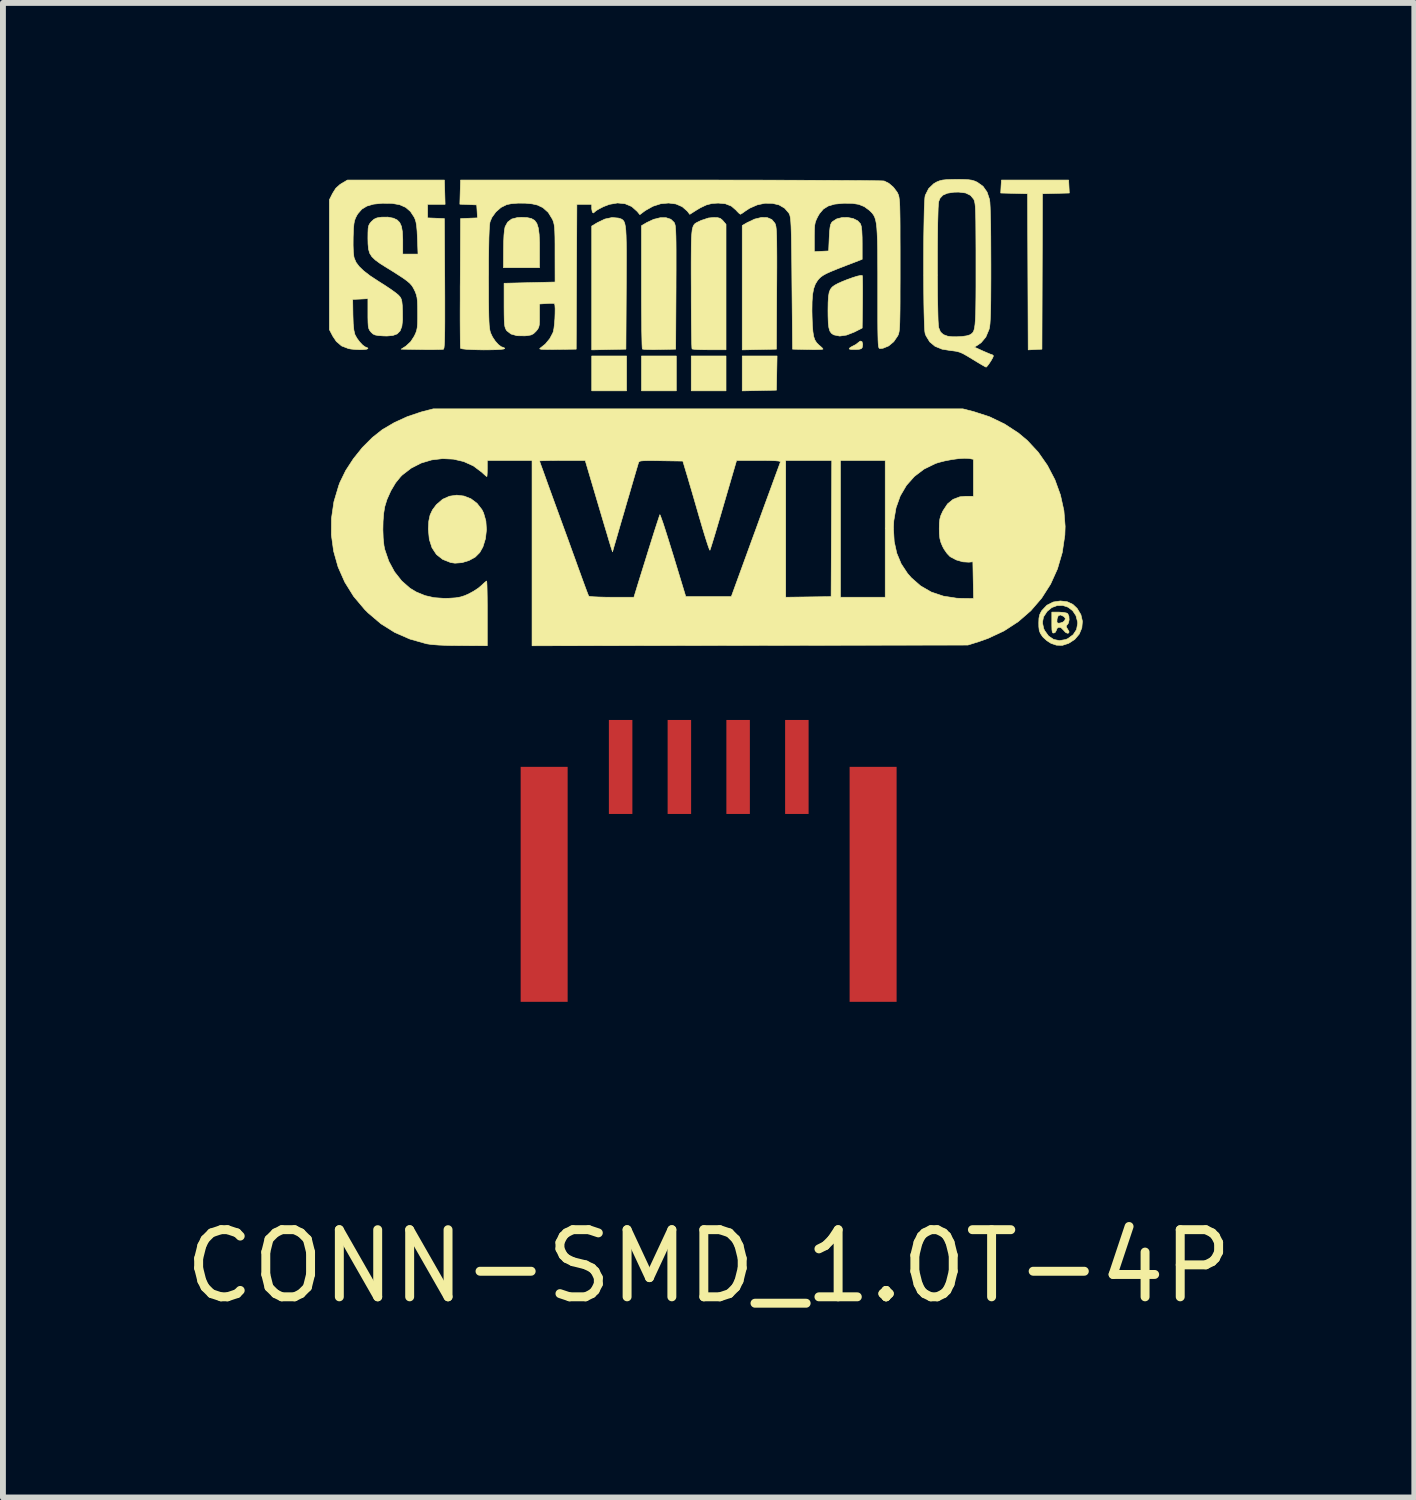
<source format=kicad_pcb>
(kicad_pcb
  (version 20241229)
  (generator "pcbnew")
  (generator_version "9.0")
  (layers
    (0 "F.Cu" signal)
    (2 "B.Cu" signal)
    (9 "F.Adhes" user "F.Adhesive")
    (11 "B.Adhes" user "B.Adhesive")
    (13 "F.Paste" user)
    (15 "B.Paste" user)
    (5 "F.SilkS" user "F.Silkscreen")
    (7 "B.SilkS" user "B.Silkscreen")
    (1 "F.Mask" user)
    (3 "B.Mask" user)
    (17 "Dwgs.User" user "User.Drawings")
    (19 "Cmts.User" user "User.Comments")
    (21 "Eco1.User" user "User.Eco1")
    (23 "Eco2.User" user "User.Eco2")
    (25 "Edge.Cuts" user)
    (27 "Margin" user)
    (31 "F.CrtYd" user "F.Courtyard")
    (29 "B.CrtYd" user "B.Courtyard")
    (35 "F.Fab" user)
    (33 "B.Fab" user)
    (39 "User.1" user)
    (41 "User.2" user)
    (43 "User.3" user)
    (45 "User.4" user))
  (footprint "CONN-SMD_1.0T-4P"
    (layer "F.Cu")
    (at 9.013 12.005)
    (property "Reference" "CONN-SMD_1.0T-4P" (at 0 6.5 0) (layer "F.SilkS") (effects (font (size 1.143 1.143) (thickness 0.152))))
    (attr smd)
    (fp_poly (pts (xy -1.397 -8.402) (xy -1.99 -8.402) (xy -1.99 -8.995) (xy -1.397 -8.995) (xy -1.397 -8.402)) (stroke (width 0.01) (type solid)) (fill yes) (layer "F.SilkS"))
    (fp_poly (pts (xy -0.55 -8.402) (xy -1.143 -8.402) (xy -1.143 -8.995) (xy -0.55 -8.995) (xy -0.55 -8.402)) (stroke (width 0.01) (type solid)) (fill yes) (layer "F.SilkS"))
    (fp_poly (pts (xy 0.296 -8.402) (xy -0.296 -8.402) (xy -0.296 -8.995) (xy 0.296 -8.995) (xy 0.296 -8.402)) (stroke (width 0.01) (type solid)) (fill yes) (layer "F.SilkS"))
    (fp_poly (pts (xy 1.154 -8.413) (xy 0.863 -8.407) (xy 0.572 -8.401) (xy 0.572 -8.995) (xy 1.165 -8.995) (xy 1.154 -8.413)) (stroke (width 0.01) (type solid)) (fill yes) (layer "F.SilkS"))
    (fp_poly (pts (xy 6.134 -11.88) (xy 6.14 -11.769) (xy 5.912 -11.763) (xy 5.683 -11.757) (xy 5.674 -9.111) (xy 5.44 -9.099) (xy 5.429 -11.757) (xy 5.201 -11.763) (xy 4.972 -11.769) (xy 4.978 -11.88) (xy 4.985 -11.99) (xy 6.128 -11.99) (xy 6.134 -11.88)) (stroke (width 0.01) (type solid)) (fill yes) (layer "F.SilkS"))
    (fp_poly (pts (xy 2.61 -9.241) (xy 2.622 -9.197) (xy 2.621 -9.18) (xy 2.615 -9.14) (xy 2.598 -9.119) (xy 2.561 -9.109) (xy 2.503 -9.105) (xy 2.441 -9.105) (xy 2.401 -9.111) (xy 2.392 -9.118) (xy 2.409 -9.139) (xy 2.452 -9.163) (xy 2.455 -9.164) (xy 2.507 -9.191) (xy 2.542 -9.219) (xy 2.581 -9.249) (xy 2.61 -9.241)) (stroke (width 0.01) (type solid)) (fill yes) (layer "F.SilkS"))
    (fp_poly (pts (xy -3.092 -11.351) (xy -3.017 -11.335) (xy -2.962 -11.303) (xy -2.924 -11.251) (xy -2.899 -11.172) (xy -2.885 -11.064) (xy -2.879 -10.92) (xy -2.879 -10.828) (xy -2.879 -10.498) (xy -3.493 -10.498) (xy -3.491 -10.81) (xy -3.489 -10.941) (xy -3.484 -11.053) (xy -3.475 -11.14) (xy -3.465 -11.193) (xy -3.465 -11.194) (xy -3.421 -11.274) (xy -3.353 -11.326) (xy -3.256 -11.351) (xy -3.188 -11.355) (xy -3.092 -11.351)) (stroke (width 0.01) (type solid)) (fill yes) (layer "F.SilkS"))
    (fp_poly (pts (xy -1.538 -11.343) (xy -1.507 -11.334) (xy -1.481 -11.324) (xy -1.46 -11.309) (xy -1.442 -11.287) (xy -1.428 -11.252) (xy -1.418 -11.203) (xy -1.41 -11.136) (xy -1.405 -11.046) (xy -1.402 -10.932) (xy -1.4 -10.788) (xy -1.4 -10.613) (xy -1.401 -10.402) (xy -1.402 -10.154) (xy -1.408 -9.111) (xy -1.699 -9.105) (xy -1.99 -9.099) (xy -1.99 -11.207) (xy -1.893 -11.265) (xy -1.766 -11.326) (xy -1.644 -11.352) (xy -1.538 -11.343)) (stroke (width 0.01) (type solid)) (fill yes) (layer "F.SilkS"))
    (fp_poly (pts (xy 0.997 -11.351) (xy 1.075 -11.318) (xy 1.128 -11.255) (xy 1.13 -11.251) (xy 1.138 -11.23) (xy 1.145 -11.203) (xy 1.15 -11.165) (xy 1.154 -11.112) (xy 1.157 -11.042) (xy 1.159 -10.95) (xy 1.16 -10.832) (xy 1.161 -10.685) (xy 1.161 -10.506) (xy 1.16 -10.29) (xy 1.159 -10.145) (xy 1.154 -9.111) (xy 0.863 -9.105) (xy 0.572 -9.099) (xy 0.572 -11.216) (xy 0.661 -11.268) (xy 0.785 -11.326) (xy 0.898 -11.353) (xy 0.997 -11.351)) (stroke (width 0.01) (type solid)) (fill yes) (layer "F.SilkS"))
    (fp_poly (pts (xy -4.164 -6.611) (xy -4.047 -6.565) (xy -3.943 -6.487) (xy -3.86 -6.381) (xy -3.831 -6.323) (xy -3.792 -6.187) (xy -3.782 -6.038) (xy -3.799 -5.886) (xy -3.842 -5.746) (xy -3.896 -5.649) (xy -3.973 -5.572) (xy -4.078 -5.514) (xy -4.198 -5.477) (xy -4.318 -5.468) (xy -4.392 -5.479) (xy -4.528 -5.533) (xy -4.634 -5.617) (xy -4.709 -5.731) (xy -4.755 -5.874) (xy -4.771 -6.046) (xy -4.771 -6.053) (xy -4.764 -6.183) (xy -4.742 -6.287) (xy -4.701 -6.375) (xy -4.636 -6.462) (xy -4.63 -6.468) (xy -4.528 -6.556) (xy -4.411 -6.608) (xy -4.288 -6.626) (xy -4.164 -6.611)) (stroke (width 0.01) (type solid)) (fill yes) (layer "F.SilkS"))
    (fp_poly (pts (xy 2.615 -10.365) (xy 2.616 -10.363) (xy 2.619 -10.335) (xy 2.62 -10.271) (xy 2.621 -10.179) (xy 2.621 -10.065) (xy 2.62 -9.935) (xy 2.62 -9.904) (xy 2.614 -9.471) (xy 2.479 -9.402) (xy 2.348 -9.351) (xy 2.232 -9.334) (xy 2.134 -9.354) (xy 2.124 -9.358) (xy 2.09 -9.382) (xy 2.064 -9.419) (xy 2.047 -9.476) (xy 2.037 -9.558) (xy 2.033 -9.672) (xy 2.032 -9.767) (xy 2.034 -9.904) (xy 2.04 -10.005) (xy 2.052 -10.077) (xy 2.072 -10.129) (xy 2.103 -10.168) (xy 2.145 -10.199) (xy 2.147 -10.2) (xy 2.208 -10.233) (xy 2.286 -10.267) (xy 2.372 -10.301) (xy 2.457 -10.331) (xy 2.531 -10.354) (xy 2.587 -10.366) (xy 2.615 -10.365)) (stroke (width 0.01) (type solid)) (fill yes) (layer "F.SilkS"))
    (fp_poly (pts (xy -0.643 -11.322) (xy -0.587 -11.268) (xy -0.582 -11.259) (xy -0.575 -11.24) (xy -0.568 -11.212) (xy -0.564 -11.17) (xy -0.56 -11.113) (xy -0.557 -11.035) (xy -0.555 -10.933) (xy -0.554 -10.804) (xy -0.554 -10.645) (xy -0.554 -10.451) (xy -0.555 -10.219) (xy -0.555 -10.154) (xy -0.561 -9.111) (xy -0.837 -9.105) (xy -0.941 -9.104) (xy -1.03 -9.105) (xy -1.095 -9.108) (xy -1.127 -9.113) (xy -1.128 -9.114) (xy -1.131 -9.138) (xy -1.134 -9.199) (xy -1.136 -9.295) (xy -1.139 -9.421) (xy -1.14 -9.573) (xy -1.142 -9.746) (xy -1.143 -9.937) (xy -1.143 -10.142) (xy -1.143 -10.171) (xy -1.143 -11.213) (xy -1.05 -11.268) (xy -0.934 -11.322) (xy -0.823 -11.349) (xy -0.724 -11.349) (xy -0.643 -11.322)) (stroke (width 0.01) (type solid)) (fill yes) (layer "F.SilkS"))
    (fp_poly (pts (xy 0.152 -11.35) (xy 0.197 -11.338) (xy 0.233 -11.309) (xy 0.246 -11.295) (xy 0.296 -11.236) (xy 0.296 -9.101) (xy 0.014 -9.101) (xy -0.091 -9.102) (xy -0.181 -9.104) (xy -0.247 -9.109) (xy -0.28 -9.114) (xy -0.282 -9.115) (xy -0.285 -9.138) (xy -0.288 -9.2) (xy -0.29 -9.295) (xy -0.292 -9.421) (xy -0.294 -9.572) (xy -0.295 -9.745) (xy -0.296 -9.936) (xy -0.296 -10.14) (xy -0.296 -10.159) (xy -0.297 -10.398) (xy -0.297 -10.598) (xy -0.296 -10.763) (xy -0.295 -10.897) (xy -0.292 -11.003) (xy -0.286 -11.085) (xy -0.279 -11.147) (xy -0.267 -11.192) (xy -0.252 -11.224) (xy -0.233 -11.247) (xy -0.209 -11.263) (xy -0.179 -11.278) (xy -0.143 -11.295) (xy -0.127 -11.303) (xy -0.003 -11.344) (xy 0.082 -11.352) (xy 0.152 -11.35)) (stroke (width 0.01) (type solid)) (fill yes) (layer "F.SilkS"))
    (fp_poly (pts (xy 6.036 -4.63) (xy 6.091 -4.62) (xy 6.113 -4.609) (xy 6.133 -4.565) (xy 6.137 -4.504) (xy 6.124 -4.447) (xy 6.107 -4.423) (xy 6.087 -4.399) (xy 6.095 -4.371) (xy 6.107 -4.352) (xy 6.135 -4.304) (xy 6.131 -4.28) (xy 6.107 -4.275) (xy 6.074 -4.291) (xy 6.041 -4.328) (xy 6 -4.369) (xy 5.96 -4.379) (xy 5.93 -4.357) (xy 5.923 -4.333) (xy 5.903 -4.293) (xy 5.879 -4.279) (xy 5.861 -4.28) (xy 5.85 -4.296) (xy 5.844 -4.335) (xy 5.842 -4.405) (xy 5.842 -4.453) (xy 5.842 -4.464) (xy 5.929 -4.464) (xy 5.944 -4.447) (xy 5.981 -4.448) (xy 6.033 -4.466) (xy 6.062 -4.493) (xy 6.073 -4.528) (xy 6.049 -4.558) (xy 6.043 -4.562) (xy 5.99 -4.587) (xy 5.952 -4.574) (xy 5.932 -4.522) (xy 5.931 -4.511) (xy 5.929 -4.464) (xy 5.842 -4.464) (xy 5.842 -4.635) (xy 5.965 -4.635) (xy 6.036 -4.63)) (stroke (width 0.01) (type solid)) (fill yes) (layer "F.SilkS"))
    (fp_poly (pts (xy 6.106 -4.811) (xy 6.2 -4.767) (xy 6.273 -4.698) (xy 6.337 -4.592) (xy 6.363 -4.479) (xy 6.353 -4.366) (xy 6.309 -4.261) (xy 6.232 -4.17) (xy 6.128 -4.103) (xy 6.022 -4.069) (xy 5.921 -4.072) (xy 5.829 -4.103) (xy 5.76 -4.147) (xy 5.695 -4.206) (xy 5.681 -4.223) (xy 5.647 -4.274) (xy 5.628 -4.323) (xy 5.621 -4.386) (xy 5.62 -4.444) (xy 5.62 -4.457) (xy 5.682 -4.457) (xy 5.704 -4.355) (xy 5.719 -4.322) (xy 5.786 -4.229) (xy 5.873 -4.17) (xy 5.972 -4.15) (xy 6.078 -4.168) (xy 6.117 -4.185) (xy 6.206 -4.251) (xy 6.263 -4.338) (xy 6.282 -4.441) (xy 6.281 -4.468) (xy 6.253 -4.575) (xy 6.197 -4.659) (xy 6.12 -4.718) (xy 6.03 -4.748) (xy 5.935 -4.747) (xy 5.842 -4.713) (xy 5.762 -4.647) (xy 5.701 -4.554) (xy 5.682 -4.457) (xy 5.62 -4.457) (xy 5.623 -4.531) (xy 5.636 -4.592) (xy 5.662 -4.645) (xy 5.672 -4.661) (xy 5.758 -4.752) (xy 5.866 -4.807) (xy 5.989 -4.825) (xy 6.106 -4.811)) (stroke (width 0.01) (type solid)) (fill yes) (layer "F.SilkS"))
    (fp_poly (pts (xy 4.338 -12) (xy 4.419 -11.996) (xy 4.478 -11.988) (xy 4.526 -11.974) (xy 4.573 -11.953) (xy 4.671 -11.883) (xy 4.74 -11.785) (xy 4.782 -11.66) (xy 4.788 -11.61) (xy 4.793 -11.52) (xy 4.797 -11.391) (xy 4.801 -11.226) (xy 4.803 -11.027) (xy 4.804 -10.795) (xy 4.805 -10.553) (xy 4.805 -10.312) (xy 4.804 -10.11) (xy 4.803 -9.943) (xy 4.801 -9.806) (xy 4.798 -9.697) (xy 4.794 -9.612) (xy 4.79 -9.547) (xy 4.784 -9.497) (xy 4.777 -9.461) (xy 4.773 -9.446) (xy 4.719 -9.318) (xy 4.64 -9.223) (xy 4.587 -9.185) (xy 4.524 -9.146) (xy 4.667 -9.081) (xy 4.739 -9.05) (xy 4.796 -9.026) (xy 4.827 -9.016) (xy 4.829 -9.016) (xy 4.847 -9) (xy 4.847 -8.994) (xy 4.836 -8.965) (xy 4.81 -8.919) (xy 4.777 -8.868) (xy 4.745 -8.825) (xy 4.724 -8.805) (xy 4.723 -8.805) (xy 4.701 -8.816) (xy 4.65 -8.845) (xy 4.579 -8.887) (xy 4.494 -8.939) (xy 4.493 -8.939) (xy 4.398 -8.997) (xy 4.327 -9.037) (xy 4.269 -9.061) (xy 4.215 -9.075) (xy 4.152 -9.084) (xy 4.127 -9.086) (xy 3.974 -9.111) (xy 3.854 -9.16) (xy 3.764 -9.235) (xy 3.701 -9.338) (xy 3.686 -9.376) (xy 3.68 -9.414) (xy 3.675 -9.49) (xy 3.671 -9.598) (xy 3.667 -9.733) (xy 3.664 -9.891) (xy 3.662 -10.067) (xy 3.661 -10.255) (xy 3.66 -10.45) (xy 3.66 -10.561) (xy 3.895 -10.561) (xy 3.895 -10.372) (xy 3.896 -10.188) (xy 3.897 -10.014) (xy 3.9 -9.855) (xy 3.903 -9.717) (xy 3.906 -9.605) (xy 3.911 -9.525) (xy 3.916 -9.481) (xy 3.916 -9.479) (xy 3.947 -9.404) (xy 3.996 -9.359) (xy 4.069 -9.332) (xy 4.136 -9.323) (xy 4.222 -9.322) (xy 4.312 -9.327) (xy 4.391 -9.338) (xy 4.444 -9.354) (xy 4.445 -9.354) (xy 4.468 -9.368) (xy 4.487 -9.383) (xy 4.504 -9.404) (xy 4.517 -9.434) (xy 4.527 -9.476) (xy 4.535 -9.534) (xy 4.541 -9.612) (xy 4.546 -9.713) (xy 4.548 -9.841) (xy 4.55 -9.998) (xy 4.551 -10.19) (xy 4.551 -10.418) (xy 4.551 -10.544) (xy 4.551 -10.783) (xy 4.55 -10.984) (xy 4.549 -11.149) (xy 4.548 -11.284) (xy 4.546 -11.391) (xy 4.543 -11.474) (xy 4.54 -11.537) (xy 4.535 -11.583) (xy 4.529 -11.617) (xy 4.522 -11.642) (xy 4.514 -11.662) (xy 4.459 -11.729) (xy 4.375 -11.77) (xy 4.258 -11.785) (xy 4.175 -11.783) (xy 4.065 -11.766) (xy 3.988 -11.733) (xy 3.939 -11.68) (xy 3.917 -11.625) (xy 3.912 -11.585) (xy 3.907 -11.508) (xy 3.904 -11.399) (xy 3.9 -11.263) (xy 3.898 -11.107) (xy 3.896 -10.934) (xy 3.895 -10.75) (xy 3.895 -10.561) (xy 3.66 -10.561) (xy 3.66 -10.648) (xy 3.661 -10.844) (xy 3.662 -11.032) (xy 3.665 -11.208) (xy 3.668 -11.367) (xy 3.671 -11.503) (xy 3.676 -11.612) (xy 3.681 -11.688) (xy 3.687 -11.728) (xy 3.687 -11.728) (xy 3.745 -11.844) (xy 3.832 -11.928) (xy 3.884 -11.958) (xy 3.931 -11.977) (xy 3.983 -11.99) (xy 4.052 -11.997) (xy 4.146 -12) (xy 4.225 -12.001) (xy 4.338 -12)) (stroke (width 0.01) (type solid)) (fill yes) (layer "F.SilkS"))
    (fp_poly (pts (xy -4.486 -11.577) (xy -4.784 -11.577) (xy -4.784 -11.346) (xy -4.498 -11.334) (xy -4.492 -10.227) (xy -4.491 -9.974) (xy -4.491 -9.761) (xy -4.491 -9.583) (xy -4.492 -9.44) (xy -4.494 -9.326) (xy -4.496 -9.24) (xy -4.5 -9.178) (xy -4.504 -9.138) (xy -4.51 -9.116) (xy -4.514 -9.11) (xy -4.544 -9.107) (xy -4.608 -9.105) (xy -4.699 -9.104) (xy -4.809 -9.104) (xy -4.888 -9.105) (xy -5.234 -9.111) (xy -5.152 -9.164) (xy -5.071 -9.239) (xy -5.011 -9.332) (xy -4.987 -9.382) (xy -4.971 -9.427) (xy -4.961 -9.476) (xy -4.955 -9.541) (xy -4.953 -9.629) (xy -4.953 -9.724) (xy -4.954 -9.841) (xy -4.957 -9.926) (xy -4.964 -9.989) (xy -4.976 -10.039) (xy -4.994 -10.088) (xy -5.005 -10.111) (xy -5.028 -10.156) (xy -5.053 -10.195) (xy -5.087 -10.233) (xy -5.134 -10.273) (xy -5.2 -10.321) (xy -5.289 -10.379) (xy -5.407 -10.454) (xy -5.471 -10.493) (xy -5.589 -10.567) (xy -5.674 -10.629) (xy -5.733 -10.686) (xy -5.77 -10.745) (xy -5.79 -10.815) (xy -5.798 -10.903) (xy -5.8 -10.998) (xy -5.799 -11.097) (xy -5.796 -11.164) (xy -5.788 -11.209) (xy -5.773 -11.242) (xy -5.75 -11.272) (xy -5.741 -11.282) (xy -5.696 -11.323) (xy -5.645 -11.346) (xy -5.568 -11.358) (xy -5.567 -11.358) (xy -5.46 -11.359) (xy -5.368 -11.341) (xy -5.366 -11.341) (xy -5.303 -11.311) (xy -5.259 -11.267) (xy -5.229 -11.201) (xy -5.213 -11.108) (xy -5.207 -10.981) (xy -5.207 -10.947) (xy -5.207 -10.73) (xy -4.947 -10.73) (xy -4.957 -11) (xy -4.963 -11.122) (xy -4.971 -11.211) (xy -4.982 -11.276) (xy -4.998 -11.327) (xy -5.012 -11.358) (xy -5.076 -11.455) (xy -5.157 -11.525) (xy -5.259 -11.57) (xy -5.389 -11.593) (xy -5.551 -11.595) (xy -5.556 -11.595) (xy -5.703 -11.58) (xy -5.817 -11.547) (xy -5.904 -11.494) (xy -5.971 -11.417) (xy -5.99 -11.386) (xy -6.012 -11.342) (xy -6.028 -11.298) (xy -6.038 -11.244) (xy -6.045 -11.171) (xy -6.049 -11.069) (xy -6.051 -11.018) (xy -6.052 -10.881) (xy -6.048 -10.769) (xy -6.039 -10.687) (xy -6.033 -10.662) (xy -6.002 -10.589) (xy -5.949 -10.518) (xy -5.871 -10.443) (xy -5.763 -10.36) (xy -5.62 -10.266) (xy -5.599 -10.253) (xy -5.5 -10.19) (xy -5.409 -10.129) (xy -5.335 -10.076) (xy -5.287 -10.037) (xy -5.279 -10.03) (xy -5.251 -9.998) (xy -5.233 -9.965) (xy -5.222 -9.921) (xy -5.215 -9.856) (xy -5.211 -9.759) (xy -5.211 -9.758) (xy -5.21 -9.611) (xy -5.222 -9.5) (xy -5.252 -9.422) (xy -5.302 -9.371) (xy -5.376 -9.344) (xy -5.477 -9.335) (xy -5.54 -9.337) (xy -5.624 -9.343) (xy -5.678 -9.353) (xy -5.714 -9.37) (xy -5.745 -9.399) (xy -5.749 -9.404) (xy -5.771 -9.432) (xy -5.785 -9.462) (xy -5.794 -9.503) (xy -5.798 -9.564) (xy -5.8 -9.653) (xy -5.8 -9.717) (xy -5.8 -9.971) (xy -5.929 -9.964) (xy -6.059 -9.958) (xy -6.055 -9.695) (xy -6.05 -9.545) (xy -6.039 -9.435) (xy -6.022 -9.363) (xy -6.02 -9.357) (xy -5.986 -9.296) (xy -5.94 -9.234) (xy -5.89 -9.181) (xy -5.846 -9.149) (xy -5.827 -9.143) (xy -5.802 -9.13) (xy -5.8 -9.122) (xy -5.819 -9.111) (xy -5.869 -9.105) (xy -5.938 -9.103) (xy -6.014 -9.106) (xy -6.087 -9.113) (xy -6.131 -9.121) (xy -6.248 -9.166) (xy -6.338 -9.243) (xy -6.397 -9.331) (xy -6.456 -9.444) (xy -6.456 -11.654) (xy -6.401 -11.764) (xy -6.346 -11.851) (xy -6.277 -11.913) (xy -6.247 -11.932) (xy -6.149 -11.99) (xy -4.498 -11.99) (xy -4.486 -11.577)) (stroke (width 0.01) (type solid)) (fill yes) (layer "F.SilkS"))
    (fp_poly (pts (xy 4.516 -8.047) (xy 4.783 -7.96) (xy 5.038 -7.837) (xy 5.273 -7.684) (xy 5.424 -7.558) (xy 5.61 -7.358) (xy 5.767 -7.133) (xy 5.895 -6.888) (xy 5.989 -6.629) (xy 6.048 -6.362) (xy 6.069 -6.094) (xy 6.064 -5.947) (xy 6.02 -5.65) (xy 5.938 -5.37) (xy 5.821 -5.111) (xy 5.669 -4.873) (xy 5.486 -4.66) (xy 5.271 -4.473) (xy 5.028 -4.315) (xy 4.757 -4.188) (xy 4.599 -4.132) (xy 4.413 -4.074) (xy 0.704 -4.068) (xy -3.006 -4.062) (xy -3.006 -7.209) (xy -2.879 -7.209) (xy -2.872 -7.188) (xy -2.852 -7.131) (xy -2.82 -7.044) (xy -2.779 -6.93) (xy -2.73 -6.793) (xy -2.674 -6.639) (xy -2.613 -6.471) (xy -2.602 -6.441) (xy -2.533 -6.252) (xy -2.462 -6.057) (xy -2.392 -5.866) (xy -2.327 -5.685) (xy -2.268 -5.523) (xy -2.219 -5.386) (xy -2.189 -5.304) (xy -2.146 -5.185) (xy -2.107 -5.079) (xy -2.075 -4.993) (xy -2.052 -4.934) (xy -2.041 -4.908) (xy -2.041 -4.907) (xy -2.017 -4.901) (xy -1.958 -4.896) (xy -1.87 -4.892) (xy -1.761 -4.889) (xy -1.651 -4.888) (xy -1.272 -4.888) (xy -1.196 -5.137) (xy -1.135 -5.333) (xy -1.076 -5.522) (xy -1.021 -5.7) (xy -0.97 -5.862) (xy -0.925 -6.005) (xy -0.887 -6.123) (xy -0.857 -6.214) (xy -0.838 -6.272) (xy -0.83 -6.294) (xy -0.822 -6.279) (xy -0.803 -6.227) (xy -0.774 -6.145) (xy -0.738 -6.034) (xy -0.696 -5.902) (xy -0.649 -5.75) (xy -0.604 -5.606) (xy -0.389 -4.899) (xy 0.386 -4.899) (xy 0.571 -5.407) (xy 0.649 -5.621) (xy 0.727 -5.836) (xy 0.805 -6.048) (xy 0.879 -6.253) (xy 0.95 -6.448) (xy 1.016 -6.628) (xy 1.075 -6.789) (xy 1.126 -6.929) (xy 1.168 -7.043) (xy 1.199 -7.127) (xy 1.217 -7.177) (xy 1.222 -7.19) (xy 1.217 -7.2) (xy 1.189 -7.207) (xy 1.134 -7.212) (xy 1.048 -7.215) (xy 0.926 -7.217) (xy 0.854 -7.217) (xy 0.476 -7.217) (xy 0.255 -6.46) (xy 0.205 -6.288) (xy 0.158 -6.13) (xy 0.116 -5.988) (xy 0.08 -5.869) (xy 0.051 -5.776) (xy 0.031 -5.714) (xy 0.022 -5.688) (xy 0.022 -5.688) (xy 0.013 -5.703) (xy -0.006 -5.754) (xy -0.033 -5.836) (xy -0.067 -5.944) (xy -0.106 -6.072) (xy -0.148 -6.216) (xy -0.155 -6.238) (xy -0.201 -6.398) (xy -0.247 -6.557) (xy -0.29 -6.705) (xy -0.329 -6.836) (xy -0.359 -6.94) (xy -0.379 -7.005) (xy -0.439 -7.206) (xy -0.811 -7.212) (xy -0.945 -7.214) (xy -1.043 -7.214) (xy -1.11 -7.212) (xy -1.153 -7.208) (xy -1.178 -7.2) (xy -1.19 -7.189) (xy -1.193 -7.18) (xy -1.209 -7.126) (xy -1.235 -7.039) (xy -1.268 -6.926) (xy -1.307 -6.793) (xy -1.349 -6.648) (xy -1.394 -6.496) (xy -1.438 -6.343) (xy -1.481 -6.197) (xy -1.52 -6.063) (xy -1.553 -5.948) (xy -1.579 -5.858) (xy -1.596 -5.801) (xy -1.6 -5.788) (xy -1.636 -5.661) (xy -1.664 -5.746) (xy -1.676 -5.786) (xy -1.699 -5.861) (xy -1.73 -5.967) (xy -1.769 -6.096) (xy -1.813 -6.244) (xy -1.861 -6.406) (xy -1.896 -6.524) (xy -2.101 -7.217) (xy 1.312 -7.217) (xy 1.312 -4.888) (xy 2.085 -4.899) (xy 2.096 -7.217) (xy 2.244 -7.217) (xy 2.244 -4.888) (xy 3.006 -4.888) (xy 3.006 -6.064) (xy 3.146 -6.064) (xy 3.159 -5.837) (xy 3.203 -5.637) (xy 3.278 -5.457) (xy 3.387 -5.292) (xy 3.451 -5.219) (xy 3.609 -5.081) (xy 3.791 -4.976) (xy 3.997 -4.907) (xy 4.223 -4.872) (xy 4.324 -4.868) (xy 4.51 -4.867) (xy 4.504 -5.18) (xy 4.498 -5.492) (xy 4.43 -5.485) (xy 4.328 -5.491) (xy 4.217 -5.523) (xy 4.12 -5.574) (xy 4.109 -5.581) (xy 4.059 -5.633) (xy 4.008 -5.706) (xy 3.982 -5.754) (xy 3.953 -5.824) (xy 3.936 -5.891) (xy 3.928 -5.969) (xy 3.926 -6.054) (xy 3.928 -6.15) (xy 3.936 -6.22) (xy 3.953 -6.28) (xy 3.983 -6.346) (xy 3.99 -6.36) (xy 4.067 -6.477) (xy 4.162 -6.555) (xy 4.277 -6.598) (xy 4.38 -6.607) (xy 4.508 -6.607) (xy 4.508 -7.236) (xy 4.436 -7.25) (xy 4.36 -7.254) (xy 4.258 -7.248) (xy 4.14 -7.232) (xy 4.02 -7.209) (xy 3.911 -7.181) (xy 3.86 -7.164) (xy 3.668 -7.07) (xy 3.503 -6.945) (xy 3.367 -6.792) (xy 3.262 -6.613) (xy 3.19 -6.411) (xy 3.152 -6.189) (xy 3.146 -6.064) (xy 3.006 -6.064) (xy 3.006 -7.217) (xy 2.244 -7.217) (xy 2.096 -7.217) (xy 1.312 -7.217) (xy -2.101 -7.217) (xy -2.49 -7.217) (xy -2.613 -7.216) (xy -2.72 -7.215) (xy -2.804 -7.213) (xy -2.859 -7.211) (xy -2.879 -7.209) (xy -3.006 -7.209) (xy -3.006 -7.217) (xy -3.768 -7.217) (xy -3.768 -7.079) (xy -3.769 -7.009) (xy -3.772 -6.96) (xy -3.775 -6.942) (xy -3.794 -6.955) (xy -3.832 -6.989) (xy -3.862 -7.017) (xy -4.005 -7.124) (xy -4.169 -7.198) (xy -4.345 -7.239) (xy -4.529 -7.248) (xy -4.714 -7.226) (xy -4.895 -7.172) (xy -5.063 -7.086) (xy -5.214 -6.97) (xy -5.243 -6.941) (xy -5.33 -6.834) (xy -5.41 -6.699) (xy -5.475 -6.554) (xy -5.513 -6.431) (xy -5.531 -6.32) (xy -5.542 -6.184) (xy -5.545 -6.038) (xy -5.54 -5.895) (xy -5.527 -5.77) (xy -5.514 -5.703) (xy -5.445 -5.502) (xy -5.348 -5.322) (xy -5.226 -5.167) (xy -5.084 -5.042) (xy -4.976 -4.977) (xy -4.827 -4.916) (xy -4.674 -4.881) (xy -4.502 -4.869) (xy -4.414 -4.871) (xy -4.308 -4.878) (xy -4.227 -4.892) (xy -4.153 -4.915) (xy -4.085 -4.945) (xy -4.002 -4.99) (xy -3.921 -5.043) (xy -3.869 -5.087) (xy -3.823 -5.13) (xy -3.789 -5.158) (xy -3.779 -5.164) (xy -3.776 -5.143) (xy -3.773 -5.086) (xy -3.771 -4.998) (xy -3.769 -4.884) (xy -3.768 -4.75) (xy -3.768 -4.613) (xy -3.768 -4.063) (xy -4.217 -4.065) (xy -4.426 -4.067) (xy -4.595 -4.074) (xy -4.722 -4.084) (xy -4.802 -4.096) (xy -5.085 -4.176) (xy -5.342 -4.288) (xy -5.578 -4.436) (xy -5.797 -4.622) (xy -5.855 -4.68) (xy -6.043 -4.903) (xy -6.194 -5.146) (xy -6.308 -5.404) (xy -6.384 -5.673) (xy -6.422 -5.95) (xy -6.42 -6.232) (xy -6.379 -6.513) (xy -6.296 -6.791) (xy -6.277 -6.842) (xy -6.178 -7.045) (xy -6.047 -7.246) (xy -5.894 -7.437) (xy -5.725 -7.606) (xy -5.551 -7.744) (xy -5.548 -7.745) (xy -5.349 -7.862) (xy -5.128 -7.963) (xy -4.905 -8.038) (xy -4.879 -8.046) (xy -4.688 -8.095) (xy 4.329 -8.095) (xy 4.516 -8.047)) (stroke (width 0.01) (type solid)) (fill yes) (layer "F.SilkS"))
    (fp_poly (pts (xy -0.259 -11.99) (xy 0.117 -11.99) (xy 0.479 -11.989) (xy 0.826 -11.989) (xy 1.156 -11.988) (xy 1.465 -11.987) (xy 1.752 -11.986) (xy 2.015 -11.985) (xy 2.252 -11.983) (xy 2.459 -11.982) (xy 2.636 -11.981) (xy 2.779 -11.979) (xy 2.887 -11.978) (xy 2.957 -11.976) (xy 2.988 -11.974) (xy 2.988 -11.974) (xy 3.068 -11.934) (xy 3.147 -11.866) (xy 3.21 -11.782) (xy 3.218 -11.766) (xy 3.227 -11.746) (xy 3.235 -11.725) (xy 3.241 -11.696) (xy 3.246 -11.658) (xy 3.251 -11.607) (xy 3.254 -11.539) (xy 3.256 -11.45) (xy 3.258 -11.337) (xy 3.259 -11.197) (xy 3.259 -11.025) (xy 3.26 -10.818) (xy 3.26 -10.573) (xy 3.26 -10.551) (xy 3.26 -10.302) (xy 3.259 -10.092) (xy 3.259 -9.917) (xy 3.258 -9.774) (xy 3.256 -9.659) (xy 3.254 -9.568) (xy 3.251 -9.498) (xy 3.247 -9.445) (xy 3.242 -9.407) (xy 3.235 -9.378) (xy 3.228 -9.356) (xy 3.219 -9.338) (xy 3.151 -9.238) (xy 3.064 -9.166) (xy 2.969 -9.127) (xy 2.92 -9.122) (xy 2.91 -9.123) (xy 2.902 -9.129) (xy 2.896 -9.143) (xy 2.891 -9.168) (xy 2.887 -9.208) (xy 2.884 -9.268) (xy 2.882 -9.349) (xy 2.88 -9.455) (xy 2.879 -9.591) (xy 2.879 -9.76) (xy 2.879 -9.964) (xy 2.879 -10.155) (xy 2.879 -10.41) (xy 2.878 -10.626) (xy 2.877 -10.807) (xy 2.874 -10.956) (xy 2.869 -11.078) (xy 2.863 -11.175) (xy 2.854 -11.252) (xy 2.842 -11.312) (xy 2.827 -11.358) (xy 2.808 -11.395) (xy 2.785 -11.426) (xy 2.757 -11.455) (xy 2.732 -11.478) (xy 2.65 -11.538) (xy 2.556 -11.576) (xy 2.442 -11.594) (xy 2.298 -11.595) (xy 2.286 -11.594) (xy 2.145 -11.58) (xy 2.036 -11.548) (xy 1.953 -11.496) (xy 1.887 -11.418) (xy 1.858 -11.368) (xy 1.832 -11.315) (xy 1.815 -11.268) (xy 1.805 -11.215) (xy 1.801 -11.145) (xy 1.799 -11.048) (xy 1.799 -11.013) (xy 1.799 -10.771) (xy 1.921 -10.777) (xy 2.043 -10.783) (xy 2.053 -11.01) (xy 2.059 -11.115) (xy 2.067 -11.186) (xy 2.077 -11.233) (xy 2.093 -11.265) (xy 2.108 -11.282) (xy 2.179 -11.328) (xy 2.269 -11.351) (xy 2.366 -11.353) (xy 2.46 -11.335) (xy 2.537 -11.297) (xy 2.585 -11.245) (xy 2.599 -11.2) (xy 2.608 -11.125) (xy 2.613 -11.015) (xy 2.614 -10.915) (xy 2.614 -10.641) (xy 2.328 -10.531) (xy 2.189 -10.477) (xy 2.084 -10.434) (xy 2.006 -10.399) (xy 1.95 -10.368) (xy 1.909 -10.339) (xy 1.877 -10.308) (xy 1.854 -10.28) (xy 1.816 -10.218) (xy 1.788 -10.141) (xy 1.77 -10.044) (xy 1.761 -9.92) (xy 1.759 -9.764) (xy 1.761 -9.665) (xy 1.766 -9.52) (xy 1.775 -9.41) (xy 1.788 -9.328) (xy 1.809 -9.267) (xy 1.839 -9.22) (xy 1.88 -9.179) (xy 1.894 -9.168) (xy 1.931 -9.135) (xy 1.947 -9.113) (xy 1.947 -9.113) (xy 1.928 -9.108) (xy 1.874 -9.105) (xy 1.793 -9.104) (xy 1.695 -9.105) (xy 1.688 -9.105) (xy 1.429 -9.111) (xy 1.418 -10.233) (xy 1.416 -10.48) (xy 1.414 -10.688) (xy 1.411 -10.861) (xy 1.409 -11.003) (xy 1.406 -11.116) (xy 1.403 -11.205) (xy 1.399 -11.273) (xy 1.395 -11.324) (xy 1.389 -11.362) (xy 1.383 -11.389) (xy 1.375 -11.41) (xy 1.366 -11.428) (xy 1.365 -11.429) (xy 1.294 -11.511) (xy 1.198 -11.567) (xy 1.083 -11.594) (xy 0.957 -11.595) (xy 0.826 -11.567) (xy 0.699 -11.511) (xy 0.621 -11.46) (xy 0.575 -11.427) (xy 0.544 -11.409) (xy 0.54 -11.408) (xy 0.519 -11.423) (xy 0.483 -11.459) (xy 0.471 -11.474) (xy 0.388 -11.546) (xy 0.284 -11.587) (xy 0.163 -11.598) (xy 0.056 -11.591) (xy -0.04 -11.566) (xy -0.141 -11.518) (xy -0.208 -11.478) (xy -0.321 -11.406) (xy -0.363 -11.461) (xy -0.449 -11.536) (xy -0.557 -11.583) (xy -0.681 -11.599) (xy -0.814 -11.587) (xy -0.948 -11.544) (xy -1.076 -11.472) (xy -1.098 -11.456) (xy -1.171 -11.401) (xy -1.215 -11.455) (xy -1.309 -11.539) (xy -1.423 -11.587) (xy -1.551 -11.6) (xy -1.69 -11.576) (xy -1.791 -11.537) (xy -1.859 -11.502) (xy -1.911 -11.472) (xy -1.935 -11.452) (xy -1.961 -11.429) (xy -1.98 -11.444) (xy -1.989 -11.493) (xy -1.99 -11.503) (xy -1.99 -11.577) (xy -2.243 -11.577) (xy -2.249 -10.344) (xy -2.254 -9.111) (xy -2.582 -9.107) (xy -2.708 -9.106) (xy -2.795 -9.107) (xy -2.849 -9.109) (xy -2.874 -9.115) (xy -2.874 -9.123) (xy -2.868 -9.128) (xy -2.78 -9.198) (xy -2.704 -9.29) (xy -2.652 -9.388) (xy -2.644 -9.41) (xy -2.633 -9.466) (xy -2.624 -9.543) (xy -2.617 -9.632) (xy -2.614 -9.722) (xy -2.613 -9.801) (xy -2.617 -9.86) (xy -2.624 -9.888) (xy -2.625 -9.888) (xy -2.65 -9.891) (xy -2.704 -9.891) (xy -2.757 -9.888) (xy -2.879 -9.88) (xy -2.879 -9.681) (xy -2.879 -9.587) (xy -2.883 -9.524) (xy -2.893 -9.482) (xy -2.911 -9.449) (xy -2.939 -9.415) (xy -2.98 -9.375) (xy -3.023 -9.353) (xy -3.084 -9.342) (xy -3.127 -9.338) (xy -3.261 -9.34) (xy -3.364 -9.369) (xy -3.435 -9.424) (xy -3.443 -9.435) (xy -3.457 -9.461) (xy -3.468 -9.494) (xy -3.475 -9.54) (xy -3.479 -9.608) (xy -3.481 -9.703) (xy -3.482 -9.833) (xy -3.482 -9.863) (xy -3.482 -10.233) (xy -2.614 -10.254) (xy -2.615 -10.741) (xy -2.615 -10.899) (xy -2.616 -11.021) (xy -2.619 -11.113) (xy -2.623 -11.181) (xy -2.63 -11.232) (xy -2.639 -11.271) (xy -2.651 -11.305) (xy -2.659 -11.323) (xy -2.73 -11.439) (xy -2.822 -11.521) (xy -2.916 -11.565) (xy -3.006 -11.585) (xy -3.12 -11.596) (xy -3.243 -11.597) (xy -3.357 -11.588) (xy -3.437 -11.572) (xy -3.534 -11.524) (xy -3.622 -11.447) (xy -3.69 -11.353) (xy -3.722 -11.276) (xy -3.729 -11.225) (xy -3.735 -11.136) (xy -3.74 -11.009) (xy -3.743 -10.843) (xy -3.746 -10.636) (xy -3.746 -10.388) (xy -3.747 -10.333) (xy -3.746 -10.116) (xy -3.746 -9.937) (xy -3.744 -9.792) (xy -3.742 -9.676) (xy -3.739 -9.586) (xy -3.735 -9.516) (xy -3.729 -9.464) (xy -3.722 -9.424) (xy -3.713 -9.392) (xy -3.712 -9.388) (xy -3.679 -9.318) (xy -3.632 -9.248) (xy -3.579 -9.189) (xy -3.53 -9.152) (xy -3.502 -9.143) (xy -3.475 -9.131) (xy -3.471 -9.122) (xy -3.491 -9.113) (xy -3.545 -9.107) (xy -3.625 -9.102) (xy -3.722 -9.1) (xy -3.829 -9.099) (xy -3.938 -9.101) (xy -4.039 -9.104) (xy -4.126 -9.109) (xy -4.189 -9.116) (xy -4.221 -9.125) (xy -4.224 -9.127) (xy -4.225 -9.153) (xy -4.227 -9.217) (xy -4.228 -9.315) (xy -4.229 -9.443) (xy -4.23 -9.598) (xy -4.23 -9.774) (xy -4.229 -9.968) (xy -4.229 -10.176) (xy -4.228 -10.244) (xy -4.223 -11.334) (xy -4.079 -11.34) (xy -3.935 -11.346) (xy -3.941 -11.456) (xy -3.948 -11.567) (xy -4.235 -11.579) (xy -4.229 -11.785) (xy -4.223 -11.99) (xy -0.646 -11.99) (xy -0.259 -11.99)) (stroke (width 0.01) (type solid)) (fill yes) (layer "F.SilkS"))
    (pad "0" smd rect (at -2.8 -0.001) (size 0.8 4) (layers "F.Cu" "F.Mask" "F.Paste"))
    (pad "0" smd rect (at 2.8 -0.001) (size 0.8 4) (layers "F.Cu" "F.Mask" "F.Paste"))
    (pad "1" smd rect (at -1.498 -1.999) (size 0.4 1.6) (layers "F.Cu" "F.Mask" "F.Paste"))
    (pad "2" smd rect (at -0.498 -1.999) (size 0.4 1.6) (layers "F.Cu" "F.Mask" "F.Paste"))
    (pad "3" smd rect (at 0.502 -1.999) (size 0.4 1.6) (layers "F.Cu" "F.Mask" "F.Paste"))
    (pad "4" smd rect (at 1.502 -1.999) (size 0.4 1.6) (layers "F.Cu" "F.Mask" "F.Paste")))
  (gr_rect
    (start -3 -3)
    (end 21.026 22.441)
    (stroke (width 0.1) (type default))
    (fill no)
    (layer "Edge.Cuts")))
</source>
